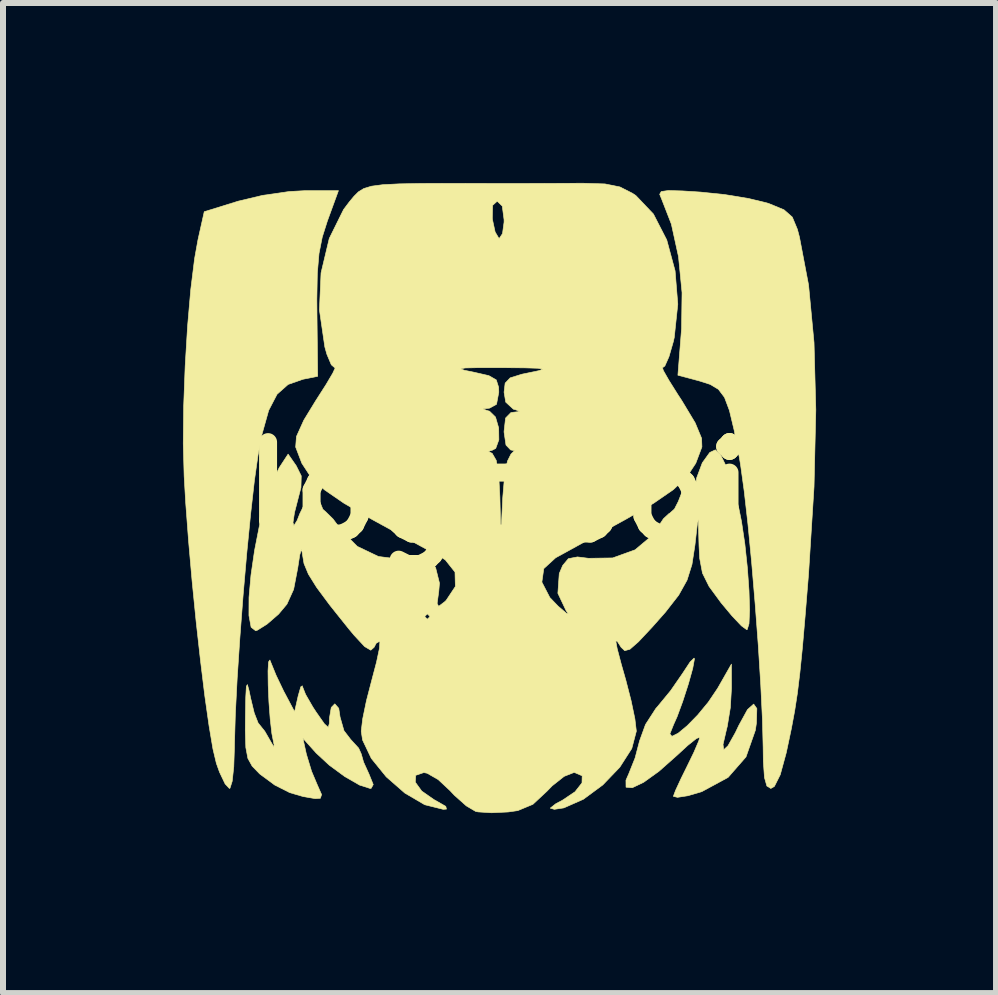
<source format=kicad_pcb>
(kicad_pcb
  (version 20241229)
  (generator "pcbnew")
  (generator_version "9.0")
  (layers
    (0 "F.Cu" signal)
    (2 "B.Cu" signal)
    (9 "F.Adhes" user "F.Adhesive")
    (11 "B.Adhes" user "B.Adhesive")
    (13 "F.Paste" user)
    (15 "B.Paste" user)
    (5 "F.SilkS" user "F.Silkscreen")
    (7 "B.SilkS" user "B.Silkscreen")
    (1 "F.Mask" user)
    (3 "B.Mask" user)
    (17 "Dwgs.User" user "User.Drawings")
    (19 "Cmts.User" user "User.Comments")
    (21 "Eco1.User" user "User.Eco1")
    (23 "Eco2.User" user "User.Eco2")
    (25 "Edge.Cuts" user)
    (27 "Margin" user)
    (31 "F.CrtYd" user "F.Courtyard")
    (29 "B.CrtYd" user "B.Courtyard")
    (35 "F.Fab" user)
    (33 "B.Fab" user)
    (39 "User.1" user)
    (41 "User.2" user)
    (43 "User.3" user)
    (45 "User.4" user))
  (footprint "logoboi"
    (layer "F.Cu")
    (at 5.265 5.155)
    (property "Reference" "logoboi" (at 0 0 0) (layer "F.SilkS") (effects (font (size 1.524 1.524) (thickness 0.3))))
    (attr through_hole)
    (fp_poly (pts (xy -2.858 -4.52) (xy -2.943 -4.252) (xy -2.997 -3.979) (xy -3.025 -3.651) (xy -3.033 -3.218) (xy -3.031 -2.972) (xy -3.019 -1.932) (xy -3.267 -1.882) (xy -3.512 -1.796) (xy -3.696 -1.633) (xy -3.836 -1.364) (xy -3.948 -0.964) (xy -4.014 -0.616) (xy -4.074 -0.193) (xy -4.137 0.364) (xy -4.201 1.013) (xy -4.262 1.714) (xy -4.316 2.424) (xy -4.361 3.101) (xy -4.392 3.705) (xy -4.406 4.192) (xy -4.407 4.255) (xy -4.418 4.577) (xy -4.444 4.818) (xy -4.481 4.934) (xy -4.491 4.939) (xy -4.562 4.863) (xy -4.655 4.668) (xy -4.708 4.52) (xy -4.765 4.281) (xy -4.83 3.895) (xy -4.901 3.394) (xy -4.973 2.805) (xy -5.045 2.16) (xy -5.112 1.488) (xy -5.171 0.818) (xy -5.219 0.181) (xy -5.245 -0.265) (xy -5.26 -0.809) (xy -5.253 -1.437) (xy -5.228 -2.104) (xy -5.188 -2.766) (xy -5.135 -3.378) (xy -5.071 -3.894) (xy -5.014 -4.211) (xy -4.91 -4.676) (xy -4.342 -4.852) (xy -3.938 -4.948) (xy -3.495 -5.012) (xy -3.223 -5.027) (xy -2.673 -5.027) (xy -2.858 -4.52)) (stroke (width 0.01) (type solid)) (fill yes) (layer "F.SilkS"))
    (fp_poly (pts (xy 3.065 -5.022) (xy 3.363 -5.003) (xy 3.769 -4.961) (xy 4.164 -4.896) (xy 4.47 -4.822) (xy 4.504 -4.811) (xy 4.754 -4.708) (xy 4.893 -4.586) (xy 4.978 -4.382) (xy 5.012 -4.253) (xy 5.164 -3.454) (xy 5.255 -2.494) (xy 5.285 -1.373) (xy 5.255 -0.089) (xy 5.164 1.36) (xy 5.16 1.411) (xy 5.106 2.075) (xy 5.061 2.597) (xy 5.019 3.011) (xy 4.978 3.35) (xy 4.932 3.648) (xy 4.878 3.938) (xy 4.811 4.255) (xy 4.792 4.344) (xy 4.692 4.71) (xy 4.594 4.905) (xy 4.535 4.939) (xy 4.469 4.898) (xy 4.429 4.757) (xy 4.41 4.486) (xy 4.407 4.255) (xy 4.395 3.791) (xy 4.367 3.211) (xy 4.326 2.556) (xy 4.274 1.866) (xy 4.216 1.18) (xy 4.154 0.538) (xy 4.091 -0.019) (xy 4.031 -0.453) (xy 4.014 -0.555) (xy 3.924 -1.031) (xy 3.845 -1.362) (xy 3.763 -1.58) (xy 3.661 -1.715) (xy 3.524 -1.797) (xy 3.349 -1.853) (xy 2.986 -1.95) (xy 3.047 -2.727) (xy 3.055 -3.326) (xy 2.996 -3.926) (xy 2.877 -4.469) (xy 2.715 -4.886) (xy 2.682 -4.967) (xy 2.708 -5.012) (xy 2.826 -5.029) (xy 3.065 -5.022)) (stroke (width 0.01) (type solid)) (fill yes) (layer "F.SilkS"))
    (fp_poly (pts (xy 3.262 2.778) (xy 3.233 2.937) (xy 3.161 3.195) (xy 3.067 3.486) (xy 2.972 3.744) (xy 2.913 3.876) (xy 2.852 4.029) (xy 2.886 4.07) (xy 2.99 4.018) (xy 3.141 3.893) (xy 3.316 3.714) (xy 3.492 3.501) (xy 3.646 3.273) (xy 3.656 3.256) (xy 3.878 2.866) (xy 3.879 3.264) (xy 3.86 3.591) (xy 3.809 3.903) (xy 3.794 3.963) (xy 3.738 4.206) (xy 3.75 4.293) (xy 3.821 4.227) (xy 3.943 4.01) (xy 4.002 3.887) (xy 4.146 3.624) (xy 4.249 3.532) (xy 4.302 3.607) (xy 4.295 3.847) (xy 4.277 3.969) (xy 4.121 4.413) (xy 3.822 4.755) (xy 3.384 4.992) (xy 3.153 5.06) (xy 2.979 5.087) (xy 2.91 5.07) (xy 2.947 4.971) (xy 3.042 4.766) (xy 3.131 4.586) (xy 3.253 4.335) (xy 3.333 4.148) (xy 3.351 4.086) (xy 3.295 4.106) (xy 3.147 4.224) (xy 2.977 4.381) (xy 2.671 4.652) (xy 2.415 4.836) (xy 2.225 4.927) (xy 2.121 4.918) (xy 2.12 4.801) (xy 2.166 4.696) (xy 2.272 4.431) (xy 2.347 4.145) (xy 2.446 3.872) (xy 2.618 3.606) (xy 2.648 3.572) (xy 2.866 3.307) (xy 3.065 3.019) (xy 3.078 2.999) (xy 3.19 2.829) (xy 3.255 2.766) (xy 3.262 2.778)) (stroke (width 0.01) (type solid)) (fill yes) (layer "F.SilkS"))
    (fp_poly (pts (xy -3.806 2.823) (xy -3.713 3.051) (xy -3.585 3.319) (xy -3.567 3.352) (xy -3.404 3.66) (xy -3.344 3.395) (xy -3.301 3.245) (xy -3.275 3.228) (xy -3.274 3.237) (xy -3.221 3.371) (xy -3.1 3.581) (xy -3.043 3.668) (xy -2.907 3.862) (xy -2.843 3.92) (xy -2.824 3.853) (xy -2.822 3.761) (xy -2.793 3.589) (xy -2.734 3.528) (xy -2.668 3.603) (xy -2.646 3.749) (xy -2.581 3.976) (xy -2.469 4.122) (xy -2.336 4.267) (xy -2.293 4.363) (xy -2.254 4.5) (xy -2.165 4.696) (xy -2.093 4.874) (xy -2.128 4.937) (xy -2.144 4.939) (xy -2.32 4.883) (xy -2.567 4.741) (xy -2.828 4.549) (xy -3.047 4.346) (xy -3.051 4.341) (xy -3.266 4.101) (xy -3.208 4.366) (xy -3.121 4.653) (xy -3.028 4.873) (xy -2.954 5.041) (xy -2.975 5.103) (xy -3.062 5.108) (xy -3.257 5.075) (xy -3.484 5.009) (xy -3.735 4.882) (xy -3.98 4.701) (xy -3.991 4.691) (xy -4.112 4.566) (xy -4.183 4.437) (xy -4.217 4.256) (xy -4.226 3.974) (xy -4.224 3.754) (xy -4.218 3.415) (xy -4.208 3.237) (xy -4.191 3.207) (xy -4.163 3.308) (xy -4.137 3.433) (xy -4.077 3.68) (xy -4.013 3.845) (xy -3.99 3.874) (xy -3.901 3.985) (xy -3.809 4.145) (xy -3.748 4.249) (xy -3.746 4.205) (xy -3.75 4.193) (xy -3.783 4.024) (xy -3.811 3.778) (xy -3.832 3.496) (xy -3.844 3.217) (xy -3.847 2.981) (xy -3.838 2.829) (xy -3.816 2.798) (xy -3.806 2.823)) (stroke (width 0.01) (type solid)) (fill yes) (layer "F.SilkS"))
    (fp_poly (pts (xy 1.77 -5.139) (xy 2.019 -5.089) (xy 2.228 -4.983) (xy 2.285 -4.945) (xy 2.578 -4.637) (xy 2.8 -4.205) (xy 2.939 -3.69) (xy 2.984 -3.134) (xy 2.925 -2.578) (xy 2.91 -2.511) (xy 2.837 -2.259) (xy 2.768 -2.103) (xy 2.729 -2.075) (xy 2.743 -2.028) (xy 2.836 -1.865) (xy 2.991 -1.618) (xy 3.052 -1.525) (xy 3.274 -1.156) (xy 3.381 -0.898) (xy 3.386 -0.754) (xy 3.284 -0.483) (xy 3.134 -0.255) (xy 2.909 -0.042) (xy 2.58 0.185) (xy 2.117 0.452) (xy 2.115 0.453) (xy 1.727 0.666) (xy 1.374 0.859) (xy 1.098 1.011) (xy 0.948 1.093) (xy 0.75 1.274) (xy 0.718 1.499) (xy 0.851 1.756) (xy 0.991 1.902) (xy 1.126 2.017) (xy 1.159 2.026) (xy 1.123 1.977) (xy 0.985 1.685) (xy 1.008 1.357) (xy 1.065 1.222) (xy 1.16 1.108) (xy 1.312 1.079) (xy 1.495 1.102) (xy 1.898 1.096) (xy 2.272 0.961) (xy 2.56 0.719) (xy 2.626 0.622) (xy 2.745 0.442) (xy 2.839 0.355) (xy 2.847 0.353) (xy 2.928 0.281) (xy 2.993 0.154) (xy 3.07 -0.044) (xy 3.161 0.176) (xy 3.218 0.301) (xy 3.246 0.289) (xy 3.256 0.124) (xy 3.258 0.042) (xy 3.298 -0.237) (xy 3.393 -0.49) (xy 3.517 -0.662) (xy 3.611 -0.706) (xy 3.697 -0.625) (xy 3.801 -0.41) (xy 3.907 -0.098) (xy 4.002 0.271) (xy 4.046 0.489) (xy 4.102 0.864) (xy 4.144 1.261) (xy 4.171 1.64) (xy 4.181 1.964) (xy 4.171 2.194) (xy 4.14 2.292) (xy 4.135 2.293) (xy 4.046 2.229) (xy 3.887 2.061) (xy 3.706 1.844) (xy 3.505 1.57) (xy 3.395 1.348) (xy 3.349 1.103) (xy 3.338 0.896) (xy 3.325 0.397) (xy 3.27 0.882) (xy 3.22 1.206) (xy 3.138 1.467) (xy 2.999 1.716) (xy 2.777 2.001) (xy 2.554 2.253) (xy 2.328 2.494) (xy 2.186 2.618) (xy 2.099 2.642) (xy 2.038 2.584) (xy 2.034 2.577) (xy 1.972 2.481) (xy 1.951 2.486) (xy 1.974 2.61) (xy 2.043 2.872) (xy 2.117 3.131) (xy 2.205 3.473) (xy 2.269 3.779) (xy 2.293 3.983) (xy 2.293 3.984) (xy 2.217 4.273) (xy 2.017 4.585) (xy 1.734 4.88) (xy 1.41 5.119) (xy 1.084 5.263) (xy 0.926 5.287) (xy 0.858 5.267) (xy 0.95 5.194) (xy 1.058 5.137) (xy 1.271 4.994) (xy 1.387 4.846) (xy 1.39 4.728) (xy 1.267 4.675) (xy 1.25 4.674) (xy 1.09 4.737) (xy 0.889 4.896) (xy 0.804 4.984) (xy 0.569 5.203) (xy 0.317 5.308) (xy 0.156 5.331) (xy -0.12 5.344) (xy -0.343 5.33) (xy -0.385 5.322) (xy -0.542 5.229) (xy -0.741 5.052) (xy -0.813 4.975) (xy -1.01 4.791) (xy -1.195 4.685) (xy -1.25 4.674) (xy -1.385 4.72) (xy -1.392 4.834) (xy -1.285 4.982) (xy -1.079 5.126) (xy -1.058 5.137) (xy -0.884 5.237) (xy -0.872 5.283) (xy -0.926 5.287) (xy -1.235 5.21) (xy -1.566 5.016) (xy -1.876 4.745) (xy -2.125 4.438) (xy -2.271 4.131) (xy -2.293 3.984) (xy -2.269 3.78) (xy -2.206 3.475) (xy -2.118 3.136) (xy -2.038 2.833) (xy -1.989 2.601) (xy -1.982 2.488) (xy -1.984 2.485) (xy -2.043 2.517) (xy -2.079 2.586) (xy -2.134 2.634) (xy -2.237 2.573) (xy -2.41 2.387) (xy -2.5 2.279) (xy -2.665 2.073) (xy -1.235 2.073) (xy -1.191 2.117) (xy -1.147 2.073) (xy -1.191 2.028) (xy -1.235 2.073) (xy -2.665 2.073) (xy -2.818 1.881) (xy -3.037 1.586) (xy -3.174 1.366) (xy -3.247 1.19) (xy -3.274 1.031) (xy -3.275 1.017) (xy -3.29 0.953) (xy -3.318 1.045) (xy -3.352 1.266) (xy -3.42 1.62) (xy -3.532 1.867) (xy -3.671 2.033) (xy -3.864 2.2) (xy -4.025 2.301) (xy -4.053 2.31) (xy -4.129 2.251) (xy -4.165 2.055) (xy -4.164 1.754) (xy -4.131 1.382) (xy -4.071 0.97) (xy -3.989 0.551) (xy -3.89 0.159) (xy -3.777 -0.173) (xy -3.66 -0.409) (xy -3.512 -0.635) (xy -3.377 -0.441) (xy -3.293 -0.272) (xy -3.298 -0.077) (xy -3.34 0.085) (xy -3.406 0.341) (xy -3.431 0.506) (xy -3.415 0.557) (xy -3.361 0.47) (xy -3.317 0.358) (xy -3.214 0.148) (xy -3.107 0.027) (xy -3.025 0.021) (xy -2.999 0.121) (xy -2.933 0.285) (xy -2.886 0.326) (xy -2.763 0.447) (xy -2.619 0.64) (xy -2.615 0.647) (xy -2.358 0.904) (xy -2.006 1.072) (xy -1.632 1.119) (xy -1.538 1.107) (xy -1.241 1.114) (xy -1.054 1.255) (xy -0.989 1.516) (xy -1.001 1.657) (xy -1.028 1.854) (xy -1.003 1.903) (xy -0.905 1.829) (xy -0.878 1.804) (xy -0.724 1.572) (xy -0.73 1.332) (xy -0.891 1.129) (xy -0.948 1.093) (xy -1.121 0.998) (xy -1.407 0.841) (xy -1.766 0.644) (xy -2.115 0.453) (xy -2.578 0.186) (xy -2.908 -0.041) (xy -3.134 -0.254) (xy -3.283 -0.482) (xy -3.386 -0.752) (xy -3.386 -0.754) (xy -3.373 -0.928) (xy -3.25 -1.201) (xy -3.052 -1.525) (xy -2.881 -1.792) (xy -2.767 -1.985) (xy -2.734 -2.057) (xy -0.635 -2.057) (xy -0.576 -2.033) (xy -0.419 -2.001) (xy -0.166 -1.943) (xy -0.042 -1.872) (xy -0.003 -1.75) (xy 0 -1.666) (xy -0.038 -1.465) (xy -0.154 -1.401) (xy -0.263 -1.389) (xy -0.2 -1.363) (xy -0.154 -1.35) (xy -0.055 -1.253) (xy -0.002 -1.071) (xy 0.001 -0.874) (xy -0.051 -0.73) (xy -0.11 -0.699) (xy -0.175 -0.681) (xy -0.11 -0.647) (xy -0.042 -0.529) (xy 0.001 -0.241) (xy 0.018 0.073) (xy 0.035 0.75) (xy 0.066 0.091) (xy 0.096 -0.261) (xy 0.144 -0.517) (xy 0.203 -0.635) (xy 0.261 -0.693) (xy 0.198 -0.704) (xy 0.12 -0.786) (xy 0.088 -1.001) (xy 0.088 -1.014) (xy 0.113 -1.236) (xy 0.201 -1.326) (xy 0.243 -1.333) (xy 0.351 -1.345) (xy 0.289 -1.371) (xy 0.243 -1.384) (xy 0.116 -1.501) (xy 0.088 -1.667) (xy 0.106 -1.818) (xy 0.19 -1.906) (xy 0.385 -1.967) (xy 0.507 -1.992) (xy 0.678 -2.028) (xy 0.732 -2.052) (xy 0.655 -2.066) (xy 0.432 -2.073) (xy 0.047 -2.076) (xy 0.044 -2.076) (xy -0.34 -2.076) (xy -0.561 -2.071) (xy -0.635 -2.057) (xy -2.734 -2.057) (xy -2.726 -2.073) (xy -2.733 -2.073) (xy -2.792 -2.124) (xy -2.866 -2.3) (xy -2.9 -2.421) (xy -2.99 -3.038) (xy -2.963 -3.656) (xy -2.826 -4.23) (xy -2.66 -4.566) (xy -0.108 -4.566) (xy -0.105 -4.542) (xy -0.061 -4.338) (xy -0.001 -4.236) (xy 0.01 -4.233) (xy 0.062 -4.311) (xy 0.088 -4.502) (xy 0.088 -4.542) (xy 0.058 -4.769) (xy -0.026 -4.851) (xy -0.026 -4.851) (xy -0.103 -4.782) (xy -0.108 -4.566) (xy -2.66 -4.566) (xy -2.587 -4.713) (xy -2.493 -4.838) (xy -2.414 -4.933) (xy -2.34 -5.007) (xy -2.251 -5.062) (xy -2.123 -5.101) (xy -1.934 -5.126) (xy -1.661 -5.14) (xy -1.283 -5.147) (xy -0.776 -5.148) (xy -0.12 -5.147) (xy 0 -5.147) (xy 0.454 -5.147) (xy 0.922 -5.148) (xy 1.321 -5.15) (xy 1.414 -5.15) (xy 1.77 -5.139)) (stroke (width 0.01) (type solid)) (fill yes) (layer "F.SilkS")))
  (gr_rect
    (start -3 -3)
    (end 13.554 13.505)
    (stroke (width 0.1) (type default))
    (fill no)
    (layer "Edge.Cuts")))
</source>
